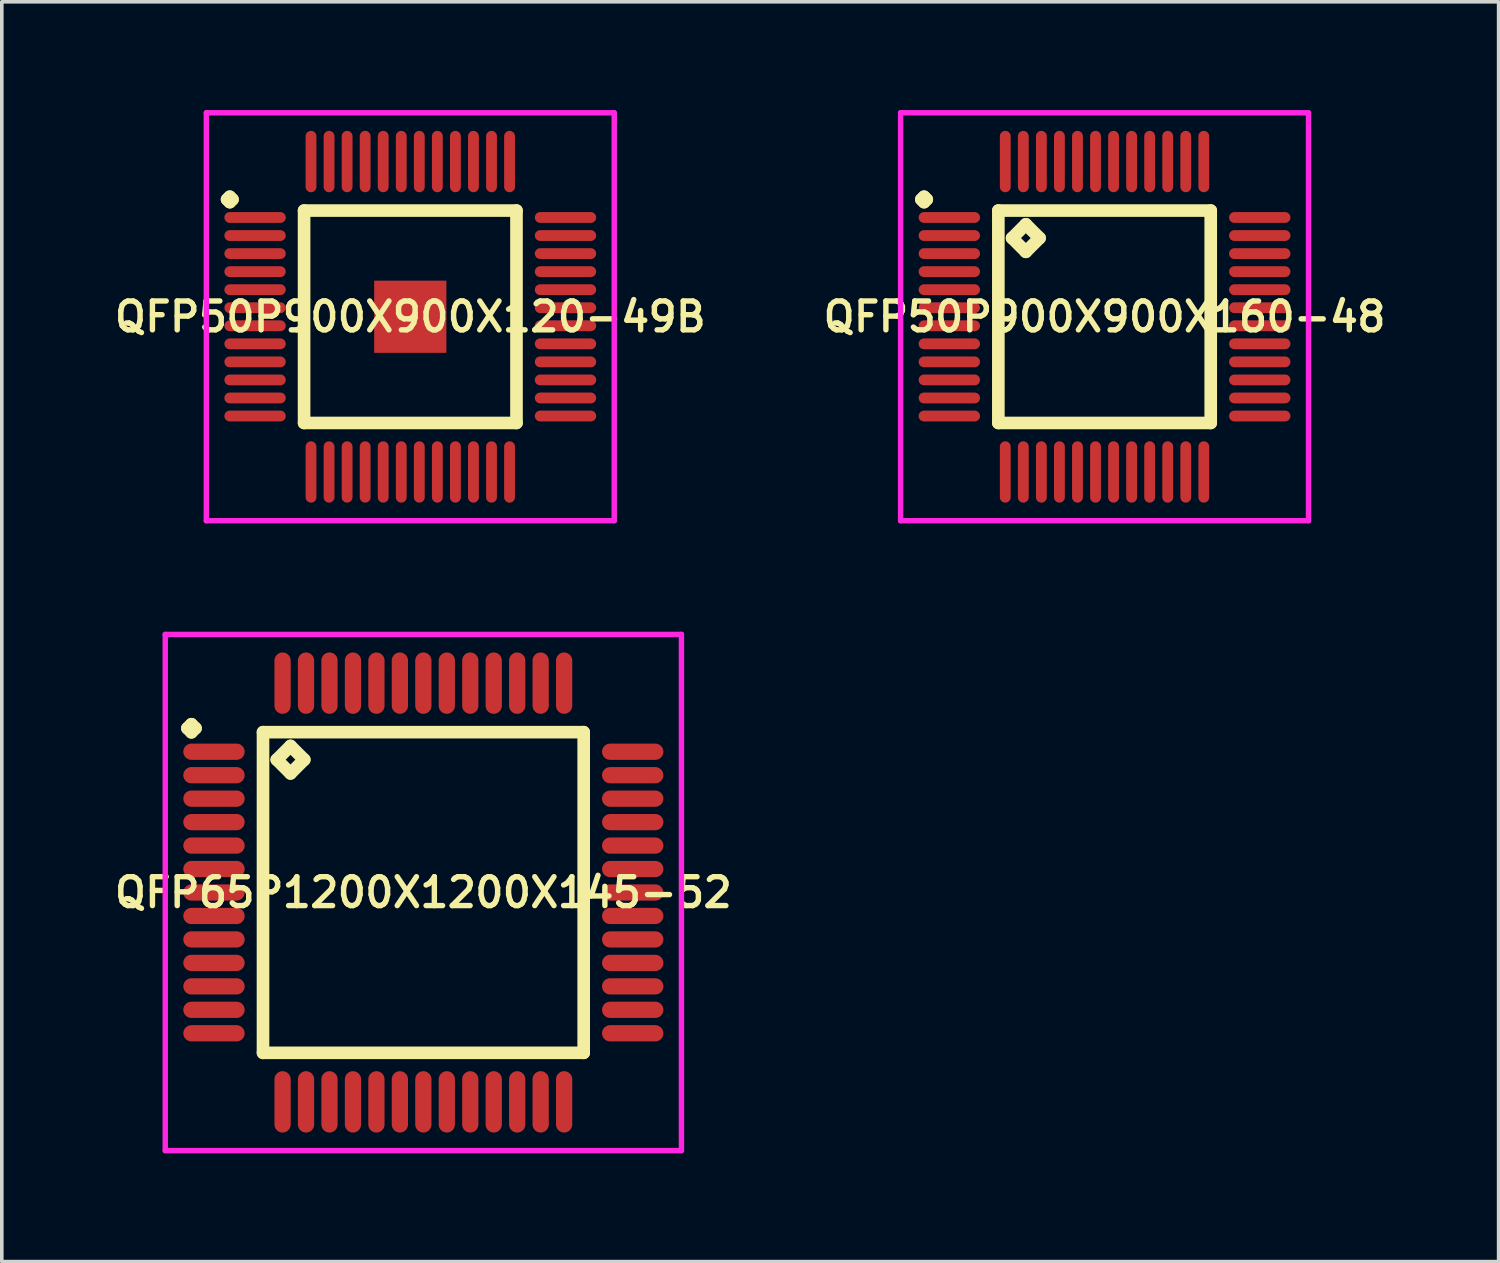
<source format=kicad_pcb>
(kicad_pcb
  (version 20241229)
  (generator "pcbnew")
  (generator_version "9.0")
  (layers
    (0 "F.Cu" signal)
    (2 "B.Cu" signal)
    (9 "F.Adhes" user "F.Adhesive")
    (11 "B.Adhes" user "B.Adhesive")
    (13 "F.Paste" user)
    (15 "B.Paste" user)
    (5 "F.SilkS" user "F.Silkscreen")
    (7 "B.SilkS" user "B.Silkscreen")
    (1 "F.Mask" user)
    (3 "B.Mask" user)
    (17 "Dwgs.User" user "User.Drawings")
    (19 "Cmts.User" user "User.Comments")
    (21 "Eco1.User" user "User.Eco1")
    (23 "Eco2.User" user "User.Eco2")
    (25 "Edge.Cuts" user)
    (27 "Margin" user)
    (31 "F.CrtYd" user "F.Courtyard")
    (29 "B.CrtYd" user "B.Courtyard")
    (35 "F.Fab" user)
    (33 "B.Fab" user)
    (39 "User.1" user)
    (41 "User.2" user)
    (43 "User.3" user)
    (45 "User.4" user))
  (footprint "QFP50P900X900X120-49B"
    (layer "F.Cu")
    (at 8.316 5.725)
    (property "Reference" "QFP50P900X900X120-49B" (at 0 0 0) (layer "F.SilkS") (effects (font (size 0.8 0.8) (thickness 0.15))))
    (attr smd)
    (fp_line (start -5.075 -3.25) (end -5 -3.325) (stroke (width 0.35) (type solid)) (layer "F.SilkS"))
    (fp_line (start -5 -3.325) (end -4.925 -3.25) (stroke (width 0.35) (type solid)) (layer "F.SilkS"))
    (fp_line (start -5 -3.175) (end -5.075 -3.25) (stroke (width 0.35) (type solid)) (layer "F.SilkS"))
    (fp_line (start -4.925 -3.25) (end -5 -3.175) (stroke (width 0.35) (type solid)) (layer "F.SilkS"))
    (fp_line (start -2.942 -2.942) (end -2.942 2.942) (stroke (width 0.35) (type solid)) (layer "F.SilkS"))
    (fp_line (start -2.942 2.942) (end 2.942 2.942) (stroke (width 0.35) (type solid)) (layer "F.SilkS"))
    (fp_line (start 2.942 -2.942) (end -2.942 -2.942) (stroke (width 0.35) (type solid)) (layer "F.SilkS"))
    (fp_line (start 2.942 2.942) (end 2.942 -2.942) (stroke (width 0.35) (type solid)) (layer "F.SilkS"))
    (fp_line (start -5.65 -5.65) (end 5.65 -5.65) (stroke (width 0.15) (type solid)) (layer "F.CrtYd"))
    (fp_line (start -5.65 5.65) (end -5.65 -5.65) (stroke (width 0.15) (type solid)) (layer "F.CrtYd"))
    (fp_line (start 5.65 -5.65) (end 5.65 5.65) (stroke (width 0.15) (type solid)) (layer "F.CrtYd"))
    (fp_line (start 5.65 5.65) (end -5.65 5.65) (stroke (width 0.15) (type solid)) (layer "F.CrtYd"))
    (pad "1" smd oval (at -4.3 -2.75) (size 1.7 0.3) (layers "F.Cu" "F.Mask" "F.Paste"))
    (pad "2" smd oval (at -4.3 -2.25) (size 1.7 0.3) (layers "F.Cu" "F.Mask" "F.Paste"))
    (pad "3" smd oval (at -4.3 -1.75) (size 1.7 0.3) (layers "F.Cu" "F.Mask" "F.Paste"))
    (pad "4" smd oval (at -4.3 -1.25) (size 1.7 0.3) (layers "F.Cu" "F.Mask" "F.Paste"))
    (pad "5" smd oval (at -4.3 -0.75) (size 1.7 0.3) (layers "F.Cu" "F.Mask" "F.Paste"))
    (pad "6" smd oval (at -4.3 -0.25) (size 1.7 0.3) (layers "F.Cu" "F.Mask" "F.Paste"))
    (pad "7" smd oval (at -4.3 0.25) (size 1.7 0.3) (layers "F.Cu" "F.Mask" "F.Paste"))
    (pad "8" smd oval (at -4.3 0.75) (size 1.7 0.3) (layers "F.Cu" "F.Mask" "F.Paste"))
    (pad "9" smd oval (at -4.3 1.25) (size 1.7 0.3) (layers "F.Cu" "F.Mask" "F.Paste"))
    (pad "10" smd oval (at -4.3 1.75) (size 1.7 0.3) (layers "F.Cu" "F.Mask" "F.Paste"))
    (pad "11" smd oval (at -4.3 2.25) (size 1.7 0.3) (layers "F.Cu" "F.Mask" "F.Paste"))
    (pad "12" smd oval (at -4.3 2.75) (size 1.7 0.3) (layers "F.Cu" "F.Mask" "F.Paste"))
    (pad "13" smd oval (at -2.75 4.3) (size 0.3 1.7) (layers "F.Cu" "F.Mask" "F.Paste"))
    (pad "14" smd oval (at -2.25 4.3) (size 0.3 1.7) (layers "F.Cu" "F.Mask" "F.Paste"))
    (pad "15" smd oval (at -1.75 4.3) (size 0.3 1.7) (layers "F.Cu" "F.Mask" "F.Paste"))
    (pad "16" smd oval (at -1.25 4.3) (size 0.3 1.7) (layers "F.Cu" "F.Mask" "F.Paste"))
    (pad "17" smd oval (at -0.75 4.3) (size 0.3 1.7) (layers "F.Cu" "F.Mask" "F.Paste"))
    (pad "18" smd oval (at -0.25 4.3) (size 0.3 1.7) (layers "F.Cu" "F.Mask" "F.Paste"))
    (pad "19" smd oval (at 0.25 4.3) (size 0.3 1.7) (layers "F.Cu" "F.Mask" "F.Paste"))
    (pad "20" smd oval (at 0.75 4.3) (size 0.3 1.7) (layers "F.Cu" "F.Mask" "F.Paste"))
    (pad "21" smd oval (at 1.25 4.3) (size 0.3 1.7) (layers "F.Cu" "F.Mask" "F.Paste"))
    (pad "22" smd oval (at 1.75 4.3) (size 0.3 1.7) (layers "F.Cu" "F.Mask" "F.Paste"))
    (pad "23" smd oval (at 2.25 4.3) (size 0.3 1.7) (layers "F.Cu" "F.Mask" "F.Paste"))
    (pad "24" smd oval (at 2.75 4.3) (size 0.3 1.7) (layers "F.Cu" "F.Mask" "F.Paste"))
    (pad "25" smd oval (at 4.3 2.75) (size 1.7 0.3) (layers "F.Cu" "F.Mask" "F.Paste"))
    (pad "26" smd oval (at 4.3 2.25) (size 1.7 0.3) (layers "F.Cu" "F.Mask" "F.Paste"))
    (pad "27" smd oval (at 4.3 1.75) (size 1.7 0.3) (layers "F.Cu" "F.Mask" "F.Paste"))
    (pad "28" smd oval (at 4.3 1.25) (size 1.7 0.3) (layers "F.Cu" "F.Mask" "F.Paste"))
    (pad "29" smd oval (at 4.3 0.75) (size 1.7 0.3) (layers "F.Cu" "F.Mask" "F.Paste"))
    (pad "30" smd oval (at 4.3 0.25) (size 1.7 0.3) (layers "F.Cu" "F.Mask" "F.Paste"))
    (pad "31" smd oval (at 4.3 -0.25) (size 1.7 0.3) (layers "F.Cu" "F.Mask" "F.Paste"))
    (pad "32" smd oval (at 4.3 -0.75) (size 1.7 0.3) (layers "F.Cu" "F.Mask" "F.Paste"))
    (pad "33" smd oval (at 4.3 -1.25) (size 1.7 0.3) (layers "F.Cu" "F.Mask" "F.Paste"))
    (pad "34" smd oval (at 4.3 -1.75) (size 1.7 0.3) (layers "F.Cu" "F.Mask" "F.Paste"))
    (pad "35" smd oval (at 4.3 -2.25) (size 1.7 0.3) (layers "F.Cu" "F.Mask" "F.Paste"))
    (pad "36" smd oval (at 4.3 -2.75) (size 1.7 0.3) (layers "F.Cu" "F.Mask" "F.Paste"))
    (pad "37" smd oval (at 2.75 -4.3) (size 0.3 1.7) (layers "F.Cu" "F.Mask" "F.Paste"))
    (pad "38" smd oval (at 2.25 -4.3) (size 0.3 1.7) (layers "F.Cu" "F.Mask" "F.Paste"))
    (pad "39" smd oval (at 1.75 -4.3) (size 0.3 1.7) (layers "F.Cu" "F.Mask" "F.Paste"))
    (pad "40" smd oval (at 1.25 -4.3) (size 0.3 1.7) (layers "F.Cu" "F.Mask" "F.Paste"))
    (pad "41" smd oval (at 0.75 -4.3) (size 0.3 1.7) (layers "F.Cu" "F.Mask" "F.Paste"))
    (pad "42" smd oval (at 0.25 -4.3) (size 0.3 1.7) (layers "F.Cu" "F.Mask" "F.Paste"))
    (pad "43" smd oval (at -0.25 -4.3) (size 0.3 1.7) (layers "F.Cu" "F.Mask" "F.Paste"))
    (pad "44" smd oval (at -0.75 -4.3) (size 0.3 1.7) (layers "F.Cu" "F.Mask" "F.Paste"))
    (pad "45" smd oval (at -1.25 -4.3) (size 0.3 1.7) (layers "F.Cu" "F.Mask" "F.Paste"))
    (pad "46" smd oval (at -1.75 -4.3) (size 0.3 1.7) (layers "F.Cu" "F.Mask" "F.Paste"))
    (pad "47" smd oval (at -2.25 -4.3) (size 0.3 1.7) (layers "F.Cu" "F.Mask" "F.Paste"))
    (pad "48" smd oval (at -2.75 -4.3) (size 0.3 1.7) (layers "F.Cu" "F.Mask" "F.Paste"))
    (pad "49" smd rect (at 0 0) (size 2 2) (layers "F.Cu" "F.Mask" "F.Paste")))
  (footprint "QFP65P1200X1200X145-52"
    (layer "F.Cu")
    (at 8.678 21.675)
    (property "Reference" "QFP65P1200X1200X145-52" (at 0 0 0) (layer "F.SilkS") (effects (font (size 0.8 0.8) (thickness 0.15))))
    (attr smd)
    (fp_line (start -6.537 -4.55) (end -6.425 -4.662) (stroke (width 0.35) (type solid)) (layer "F.SilkS"))
    (fp_line (start -6.425 -4.662) (end -6.312 -4.55) (stroke (width 0.35) (type solid)) (layer "F.SilkS"))
    (fp_line (start -6.425 -4.438) (end -6.537 -4.55) (stroke (width 0.35) (type solid)) (layer "F.SilkS"))
    (fp_line (start -6.312 -4.55) (end -6.425 -4.438) (stroke (width 0.35) (type solid)) (layer "F.SilkS"))
    (fp_line (start -4.442 -4.442) (end -4.442 4.442) (stroke (width 0.35) (type solid)) (layer "F.SilkS"))
    (fp_line (start -4.442 4.442) (end 4.442 4.442) (stroke (width 0.35) (type solid)) (layer "F.SilkS"))
    (fp_line (start -4.061 -3.68) (end -3.68 -4.061) (stroke (width 0.35) (type solid)) (layer "F.SilkS"))
    (fp_line (start -3.68 -4.061) (end -3.299 -3.68) (stroke (width 0.35) (type solid)) (layer "F.SilkS"))
    (fp_line (start -3.68 -3.299) (end -4.061 -3.68) (stroke (width 0.35) (type solid)) (layer "F.SilkS"))
    (fp_line (start -3.299 -3.68) (end -3.68 -3.299) (stroke (width 0.35) (type solid)) (layer "F.SilkS"))
    (fp_line (start 4.442 -4.442) (end -4.442 -4.442) (stroke (width 0.35) (type solid)) (layer "F.SilkS"))
    (fp_line (start 4.442 4.442) (end 4.442 -4.442) (stroke (width 0.35) (type solid)) (layer "F.SilkS"))
    (fp_line (start -7.15 -7.15) (end 7.15 -7.15) (stroke (width 0.15) (type solid)) (layer "F.CrtYd"))
    (fp_line (start -7.15 7.15) (end -7.15 -7.15) (stroke (width 0.15) (type solid)) (layer "F.CrtYd"))
    (fp_line (start 7.15 -7.15) (end 7.15 7.15) (stroke (width 0.15) (type solid)) (layer "F.CrtYd"))
    (fp_line (start 7.15 7.15) (end -7.15 7.15) (stroke (width 0.15) (type solid)) (layer "F.CrtYd"))
    (pad "1" smd oval (at -5.8 -3.9) (size 1.7 0.45) (layers "F.Cu" "F.Mask" "F.Paste"))
    (pad "2" smd oval (at -5.8 -3.25) (size 1.7 0.45) (layers "F.Cu" "F.Mask" "F.Paste"))
    (pad "3" smd oval (at -5.8 -2.6) (size 1.7 0.45) (layers "F.Cu" "F.Mask" "F.Paste"))
    (pad "4" smd oval (at -5.8 -1.95) (size 1.7 0.45) (layers "F.Cu" "F.Mask" "F.Paste"))
    (pad "5" smd oval (at -5.8 -1.3) (size 1.7 0.45) (layers "F.Cu" "F.Mask" "F.Paste"))
    (pad "6" smd oval (at -5.8 -0.65) (size 1.7 0.45) (layers "F.Cu" "F.Mask" "F.Paste"))
    (pad "7" smd oval (at -5.8 0) (size 1.7 0.45) (layers "F.Cu" "F.Mask" "F.Paste"))
    (pad "8" smd oval (at -5.8 0.65) (size 1.7 0.45) (layers "F.Cu" "F.Mask" "F.Paste"))
    (pad "9" smd oval (at -5.8 1.3) (size 1.7 0.45) (layers "F.Cu" "F.Mask" "F.Paste"))
    (pad "10" smd oval (at -5.8 1.95) (size 1.7 0.45) (layers "F.Cu" "F.Mask" "F.Paste"))
    (pad "11" smd oval (at -5.8 2.6) (size 1.7 0.45) (layers "F.Cu" "F.Mask" "F.Paste"))
    (pad "12" smd oval (at -5.8 3.25) (size 1.7 0.45) (layers "F.Cu" "F.Mask" "F.Paste"))
    (pad "13" smd oval (at -5.8 3.9) (size 1.7 0.45) (layers "F.Cu" "F.Mask" "F.Paste"))
    (pad "14" smd oval (at -3.9 5.8) (size 0.45 1.7) (layers "F.Cu" "F.Mask" "F.Paste"))
    (pad "15" smd oval (at -3.25 5.8) (size 0.45 1.7) (layers "F.Cu" "F.Mask" "F.Paste"))
    (pad "16" smd oval (at -2.6 5.8) (size 0.45 1.7) (layers "F.Cu" "F.Mask" "F.Paste"))
    (pad "17" smd oval (at -1.95 5.8) (size 0.45 1.7) (layers "F.Cu" "F.Mask" "F.Paste"))
    (pad "18" smd oval (at -1.3 5.8) (size 0.45 1.7) (layers "F.Cu" "F.Mask" "F.Paste"))
    (pad "19" smd oval (at -0.65 5.8) (size 0.45 1.7) (layers "F.Cu" "F.Mask" "F.Paste"))
    (pad "20" smd oval (at 0 5.8) (size 0.45 1.7) (layers "F.Cu" "F.Mask" "F.Paste"))
    (pad "21" smd oval (at 0.65 5.8) (size 0.45 1.7) (layers "F.Cu" "F.Mask" "F.Paste"))
    (pad "22" smd oval (at 1.3 5.8) (size 0.45 1.7) (layers "F.Cu" "F.Mask" "F.Paste"))
    (pad "23" smd oval (at 1.95 5.8) (size 0.45 1.7) (layers "F.Cu" "F.Mask" "F.Paste"))
    (pad "24" smd oval (at 2.6 5.8) (size 0.45 1.7) (layers "F.Cu" "F.Mask" "F.Paste"))
    (pad "25" smd oval (at 3.25 5.8) (size 0.45 1.7) (layers "F.Cu" "F.Mask" "F.Paste"))
    (pad "26" smd oval (at 3.9 5.8) (size 0.45 1.7) (layers "F.Cu" "F.Mask" "F.Paste"))
    (pad "27" smd oval (at 5.8 3.9) (size 1.7 0.45) (layers "F.Cu" "F.Mask" "F.Paste"))
    (pad "28" smd oval (at 5.8 3.25) (size 1.7 0.45) (layers "F.Cu" "F.Mask" "F.Paste"))
    (pad "29" smd oval (at 5.8 2.6) (size 1.7 0.45) (layers "F.Cu" "F.Mask" "F.Paste"))
    (pad "30" smd oval (at 5.8 1.95) (size 1.7 0.45) (layers "F.Cu" "F.Mask" "F.Paste"))
    (pad "31" smd oval (at 5.8 1.3) (size 1.7 0.45) (layers "F.Cu" "F.Mask" "F.Paste"))
    (pad "32" smd oval (at 5.8 0.65) (size 1.7 0.45) (layers "F.Cu" "F.Mask" "F.Paste"))
    (pad "33" smd oval (at 5.8 0) (size 1.7 0.45) (layers "F.Cu" "F.Mask" "F.Paste"))
    (pad "34" smd oval (at 5.8 -0.65) (size 1.7 0.45) (layers "F.Cu" "F.Mask" "F.Paste"))
    (pad "35" smd oval (at 5.8 -1.3) (size 1.7 0.45) (layers "F.Cu" "F.Mask" "F.Paste"))
    (pad "36" smd oval (at 5.8 -1.95) (size 1.7 0.45) (layers "F.Cu" "F.Mask" "F.Paste"))
    (pad "37" smd oval (at 5.8 -2.6) (size 1.7 0.45) (layers "F.Cu" "F.Mask" "F.Paste"))
    (pad "38" smd oval (at 5.8 -3.25) (size 1.7 0.45) (layers "F.Cu" "F.Mask" "F.Paste"))
    (pad "39" smd oval (at 5.8 -3.9) (size 1.7 0.45) (layers "F.Cu" "F.Mask" "F.Paste"))
    (pad "40" smd oval (at 3.9 -5.8) (size 0.45 1.7) (layers "F.Cu" "F.Mask" "F.Paste"))
    (pad "41" smd oval (at 3.25 -5.8) (size 0.45 1.7) (layers "F.Cu" "F.Mask" "F.Paste"))
    (pad "42" smd oval (at 2.6 -5.8) (size 0.45 1.7) (layers "F.Cu" "F.Mask" "F.Paste"))
    (pad "43" smd oval (at 1.95 -5.8) (size 0.45 1.7) (layers "F.Cu" "F.Mask" "F.Paste"))
    (pad "44" smd oval (at 1.3 -5.8) (size 0.45 1.7) (layers "F.Cu" "F.Mask" "F.Paste"))
    (pad "45" smd oval (at 0.65 -5.8) (size 0.45 1.7) (layers "F.Cu" "F.Mask" "F.Paste"))
    (pad "46" smd oval (at 0 -5.8) (size 0.45 1.7) (layers "F.Cu" "F.Mask" "F.Paste"))
    (pad "47" smd oval (at -0.65 -5.8) (size 0.45 1.7) (layers "F.Cu" "F.Mask" "F.Paste"))
    (pad "48" smd oval (at -1.3 -5.8) (size 0.45 1.7) (layers "F.Cu" "F.Mask" "F.Paste"))
    (pad "49" smd oval (at -1.95 -5.8) (size 0.45 1.7) (layers "F.Cu" "F.Mask" "F.Paste"))
    (pad "50" smd oval (at -2.6 -5.8) (size 0.45 1.7) (layers "F.Cu" "F.Mask" "F.Paste"))
    (pad "51" smd oval (at -3.25 -5.8) (size 0.45 1.7) (layers "F.Cu" "F.Mask" "F.Paste"))
    (pad "52" smd oval (at -3.9 -5.8) (size 0.45 1.7) (layers "F.Cu" "F.Mask" "F.Paste")))
  (footprint "QFP50P900X900X160-48"
    (layer "F.Cu")
    (at 27.549 5.725)
    (property "Reference" "QFP50P900X900X160-48" (at 0 0 0) (layer "F.SilkS") (effects (font (size 0.8 0.8) (thickness 0.15))))
    (attr smd)
    (fp_line (start -5.075 -3.25) (end -5 -3.325) (stroke (width 0.35) (type solid)) (layer "F.SilkS"))
    (fp_line (start -5 -3.325) (end -4.925 -3.25) (stroke (width 0.35) (type solid)) (layer "F.SilkS"))
    (fp_line (start -5 -3.175) (end -5.075 -3.25) (stroke (width 0.35) (type solid)) (layer "F.SilkS"))
    (fp_line (start -4.925 -3.25) (end -5 -3.175) (stroke (width 0.35) (type solid)) (layer "F.SilkS"))
    (fp_line (start -2.942 -2.942) (end -2.942 2.942) (stroke (width 0.35) (type solid)) (layer "F.SilkS"))
    (fp_line (start -2.942 2.942) (end 2.942 2.942) (stroke (width 0.35) (type solid)) (layer "F.SilkS"))
    (fp_line (start -2.561 -2.18) (end -2.18 -2.561) (stroke (width 0.35) (type solid)) (layer "F.SilkS"))
    (fp_line (start -2.18 -2.561) (end -1.799 -2.18) (stroke (width 0.35) (type solid)) (layer "F.SilkS"))
    (fp_line (start -2.18 -1.799) (end -2.561 -2.18) (stroke (width 0.35) (type solid)) (layer "F.SilkS"))
    (fp_line (start -1.799 -2.18) (end -2.18 -1.799) (stroke (width 0.35) (type solid)) (layer "F.SilkS"))
    (fp_line (start 2.942 -2.942) (end -2.942 -2.942) (stroke (width 0.35) (type solid)) (layer "F.SilkS"))
    (fp_line (start 2.942 2.942) (end 2.942 -2.942) (stroke (width 0.35) (type solid)) (layer "F.SilkS"))
    (fp_line (start -5.65 -5.65) (end 5.65 -5.65) (stroke (width 0.15) (type solid)) (layer "F.CrtYd"))
    (fp_line (start -5.65 5.65) (end -5.65 -5.65) (stroke (width 0.15) (type solid)) (layer "F.CrtYd"))
    (fp_line (start 5.65 -5.65) (end 5.65 5.65) (stroke (width 0.15) (type solid)) (layer "F.CrtYd"))
    (fp_line (start 5.65 5.65) (end -5.65 5.65) (stroke (width 0.15) (type solid)) (layer "F.CrtYd"))
    (pad "1" smd oval (at -4.3 -2.75) (size 1.7 0.3) (layers "F.Cu" "F.Mask" "F.Paste"))
    (pad "2" smd oval (at -4.3 -2.25) (size 1.7 0.3) (layers "F.Cu" "F.Mask" "F.Paste"))
    (pad "3" smd oval (at -4.3 -1.75) (size 1.7 0.3) (layers "F.Cu" "F.Mask" "F.Paste"))
    (pad "4" smd oval (at -4.3 -1.25) (size 1.7 0.3) (layers "F.Cu" "F.Mask" "F.Paste"))
    (pad "5" smd oval (at -4.3 -0.75) (size 1.7 0.3) (layers "F.Cu" "F.Mask" "F.Paste"))
    (pad "6" smd oval (at -4.3 -0.25) (size 1.7 0.3) (layers "F.Cu" "F.Mask" "F.Paste"))
    (pad "7" smd oval (at -4.3 0.25) (size 1.7 0.3) (layers "F.Cu" "F.Mask" "F.Paste"))
    (pad "8" smd oval (at -4.3 0.75) (size 1.7 0.3) (layers "F.Cu" "F.Mask" "F.Paste"))
    (pad "9" smd oval (at -4.3 1.25) (size 1.7 0.3) (layers "F.Cu" "F.Mask" "F.Paste"))
    (pad "10" smd oval (at -4.3 1.75) (size 1.7 0.3) (layers "F.Cu" "F.Mask" "F.Paste"))
    (pad "11" smd oval (at -4.3 2.25) (size 1.7 0.3) (layers "F.Cu" "F.Mask" "F.Paste"))
    (pad "12" smd oval (at -4.3 2.75) (size 1.7 0.3) (layers "F.Cu" "F.Mask" "F.Paste"))
    (pad "13" smd oval (at -2.75 4.3) (size 0.3 1.7) (layers "F.Cu" "F.Mask" "F.Paste"))
    (pad "14" smd oval (at -2.25 4.3) (size 0.3 1.7) (layers "F.Cu" "F.Mask" "F.Paste"))
    (pad "15" smd oval (at -1.75 4.3) (size 0.3 1.7) (layers "F.Cu" "F.Mask" "F.Paste"))
    (pad "16" smd oval (at -1.25 4.3) (size 0.3 1.7) (layers "F.Cu" "F.Mask" "F.Paste"))
    (pad "17" smd oval (at -0.75 4.3) (size 0.3 1.7) (layers "F.Cu" "F.Mask" "F.Paste"))
    (pad "18" smd oval (at -0.25 4.3) (size 0.3 1.7) (layers "F.Cu" "F.Mask" "F.Paste"))
    (pad "19" smd oval (at 0.25 4.3) (size 0.3 1.7) (layers "F.Cu" "F.Mask" "F.Paste"))
    (pad "20" smd oval (at 0.75 4.3) (size 0.3 1.7) (layers "F.Cu" "F.Mask" "F.Paste"))
    (pad "21" smd oval (at 1.25 4.3) (size 0.3 1.7) (layers "F.Cu" "F.Mask" "F.Paste"))
    (pad "22" smd oval (at 1.75 4.3) (size 0.3 1.7) (layers "F.Cu" "F.Mask" "F.Paste"))
    (pad "23" smd oval (at 2.25 4.3) (size 0.3 1.7) (layers "F.Cu" "F.Mask" "F.Paste"))
    (pad "24" smd oval (at 2.75 4.3) (size 0.3 1.7) (layers "F.Cu" "F.Mask" "F.Paste"))
    (pad "25" smd oval (at 4.3 2.75) (size 1.7 0.3) (layers "F.Cu" "F.Mask" "F.Paste"))
    (pad "26" smd oval (at 4.3 2.25) (size 1.7 0.3) (layers "F.Cu" "F.Mask" "F.Paste"))
    (pad "27" smd oval (at 4.3 1.75) (size 1.7 0.3) (layers "F.Cu" "F.Mask" "F.Paste"))
    (pad "28" smd oval (at 4.3 1.25) (size 1.7 0.3) (layers "F.Cu" "F.Mask" "F.Paste"))
    (pad "29" smd oval (at 4.3 0.75) (size 1.7 0.3) (layers "F.Cu" "F.Mask" "F.Paste"))
    (pad "30" smd oval (at 4.3 0.25) (size 1.7 0.3) (layers "F.Cu" "F.Mask" "F.Paste"))
    (pad "31" smd oval (at 4.3 -0.25) (size 1.7 0.3) (layers "F.Cu" "F.Mask" "F.Paste"))
    (pad "32" smd oval (at 4.3 -0.75) (size 1.7 0.3) (layers "F.Cu" "F.Mask" "F.Paste"))
    (pad "33" smd oval (at 4.3 -1.25) (size 1.7 0.3) (layers "F.Cu" "F.Mask" "F.Paste"))
    (pad "34" smd oval (at 4.3 -1.75) (size 1.7 0.3) (layers "F.Cu" "F.Mask" "F.Paste"))
    (pad "35" smd oval (at 4.3 -2.25) (size 1.7 0.3) (layers "F.Cu" "F.Mask" "F.Paste"))
    (pad "36" smd oval (at 4.3 -2.75) (size 1.7 0.3) (layers "F.Cu" "F.Mask" "F.Paste"))
    (pad "37" smd oval (at 2.75 -4.3) (size 0.3 1.7) (layers "F.Cu" "F.Mask" "F.Paste"))
    (pad "38" smd oval (at 2.25 -4.3) (size 0.3 1.7) (layers "F.Cu" "F.Mask" "F.Paste"))
    (pad "39" smd oval (at 1.75 -4.3) (size 0.3 1.7) (layers "F.Cu" "F.Mask" "F.Paste"))
    (pad "40" smd oval (at 1.25 -4.3) (size 0.3 1.7) (layers "F.Cu" "F.Mask" "F.Paste"))
    (pad "41" smd oval (at 0.75 -4.3) (size 0.3 1.7) (layers "F.Cu" "F.Mask" "F.Paste"))
    (pad "42" smd oval (at 0.25 -4.3) (size 0.3 1.7) (layers "F.Cu" "F.Mask" "F.Paste"))
    (pad "43" smd oval (at -0.25 -4.3) (size 0.3 1.7) (layers "F.Cu" "F.Mask" "F.Paste"))
    (pad "44" smd oval (at -0.75 -4.3) (size 0.3 1.7) (layers "F.Cu" "F.Mask" "F.Paste"))
    (pad "45" smd oval (at -1.25 -4.3) (size 0.3 1.7) (layers "F.Cu" "F.Mask" "F.Paste"))
    (pad "46" smd oval (at -1.75 -4.3) (size 0.3 1.7) (layers "F.Cu" "F.Mask" "F.Paste"))
    (pad "47" smd oval (at -2.25 -4.3) (size 0.3 1.7) (layers "F.Cu" "F.Mask" "F.Paste"))
    (pad "48" smd oval (at -2.75 -4.3) (size 0.3 1.7) (layers "F.Cu" "F.Mask" "F.Paste")))
  (gr_rect
    (start -3 -3)
    (end 38.466 31.9)
    (stroke (width 0.1) (type default))
    (fill no)
    (layer "Edge.Cuts")))
</source>
